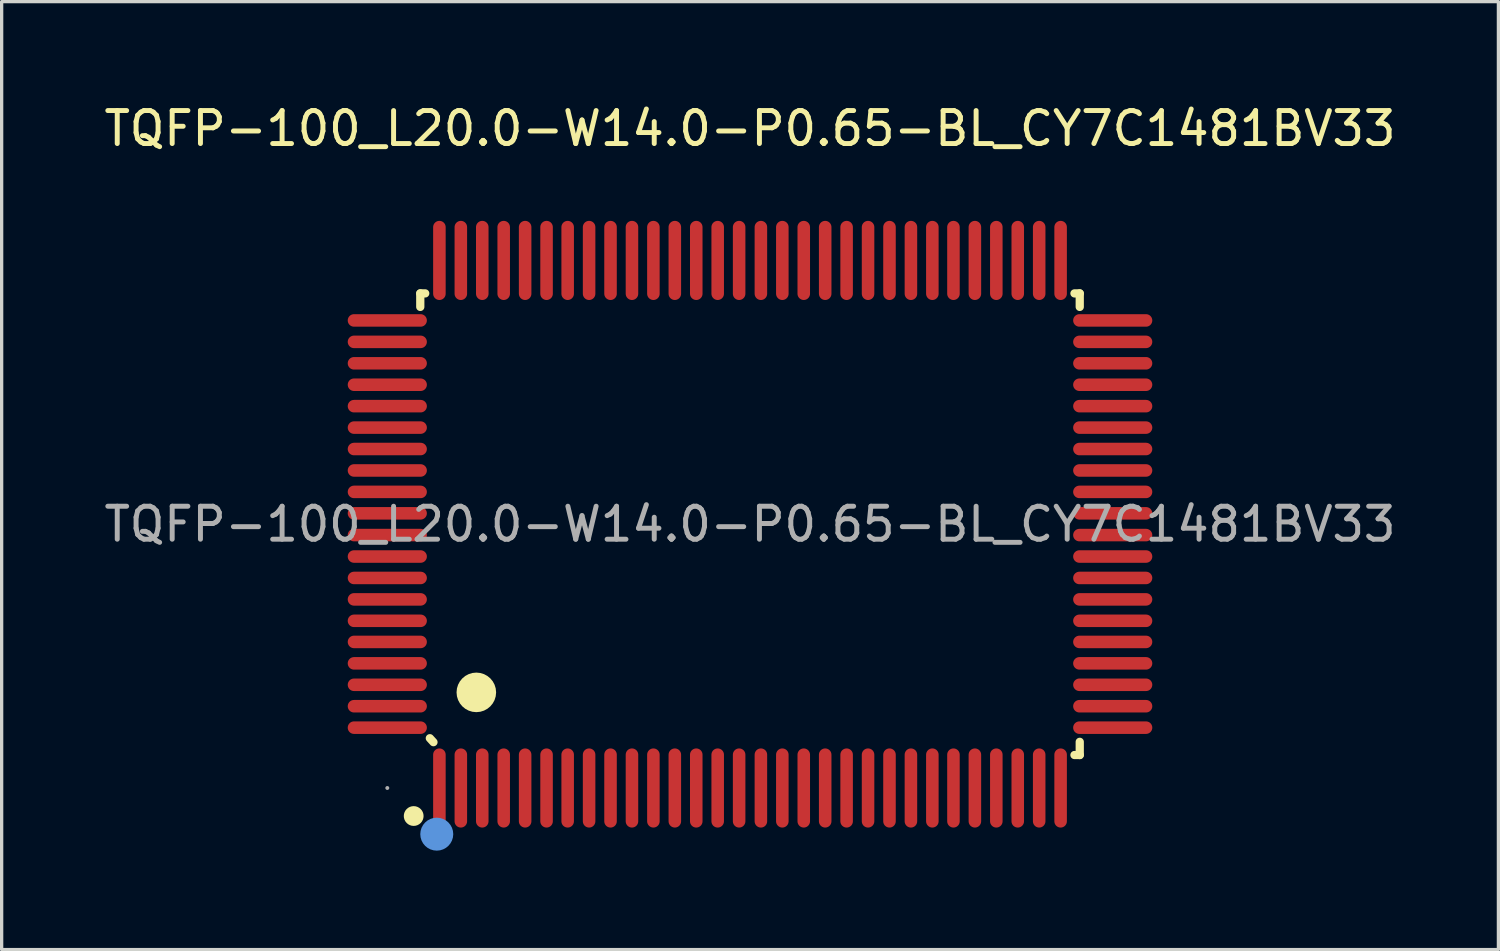
<source format=kicad_pcb>
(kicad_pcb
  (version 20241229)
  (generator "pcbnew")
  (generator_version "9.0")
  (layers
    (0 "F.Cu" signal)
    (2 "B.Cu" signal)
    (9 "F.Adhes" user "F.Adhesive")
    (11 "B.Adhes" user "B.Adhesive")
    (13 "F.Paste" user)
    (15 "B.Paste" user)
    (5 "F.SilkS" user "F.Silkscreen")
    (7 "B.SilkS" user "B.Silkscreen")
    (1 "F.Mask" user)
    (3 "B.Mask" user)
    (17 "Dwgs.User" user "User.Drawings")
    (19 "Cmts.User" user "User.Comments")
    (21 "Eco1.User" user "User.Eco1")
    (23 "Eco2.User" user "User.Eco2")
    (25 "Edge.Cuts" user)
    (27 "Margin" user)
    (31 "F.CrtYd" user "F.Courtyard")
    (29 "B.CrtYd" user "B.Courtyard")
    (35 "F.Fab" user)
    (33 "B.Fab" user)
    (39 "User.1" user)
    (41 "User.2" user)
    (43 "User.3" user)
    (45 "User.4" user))
  (footprint "TQFP-100_L20.0-W14.0-P0.65-BL_CY7C1481BV33"
    (layer "F.Cu")
    (at 19.696 12.848)
    (property "Reference" "TQFP-100_L20.0-W14.0-P0.65-BL_CY7C1481BV33" (at 0 -12 0) (layer "F.SilkS") (effects (font (size 1 1) (thickness 0.15))))
    (attr through_hole)
    (fp_line (start -10 -7) (end -10 -6.59) (stroke (width 0.25) (type solid)) (layer "F.SilkS"))
    (fp_line (start -10 -7) (end -9.85 -7) (stroke (width 0.25) (type solid)) (layer "F.SilkS"))
    (fp_line (start -9.6 6.61) (end -9.71 6.49) (stroke (width 0.25) (type solid)) (layer "F.SilkS"))
    (fp_line (start 9.84 -7) (end 10 -7) (stroke (width 0.25) (type solid)) (layer "F.SilkS"))
    (fp_line (start 10 -7) (end 10 -6.59) (stroke (width 0.25) (type solid)) (layer "F.SilkS"))
    (fp_line (start 10 6.6) (end 10 7) (stroke (width 0.25) (type solid)) (layer "F.SilkS"))
    (fp_line (start 10 7) (end 9.84 7) (stroke (width 0.25) (type solid)) (layer "F.SilkS"))
    (fp_arc (start -10.2 8.85) (mid -10.2 8.85) (end -10.2 8.85) (stroke (width 0.3) (type solid)) (layer "F.SilkS"))
    (fp_arc (start -8.3 5.1) (mid -8.3 5.1) (end -8.3 5.1) (stroke (width 0.6) (type solid)) (layer "F.SilkS"))
    (fp_circle (center -9.5 9.4) (end -9.25 9.4) (stroke (width 0.5) (type solid)) (fill no) (layer "Cmts.User"))
    (fp_circle (center -11 8) (end -10.97 8) (stroke (width 0.06) (type solid)) (fill no) (layer "F.Fab"))
    (fp_text user "${REFERENCE}" (at 0 0 0) (layer "F.Fab") (effects (font (size 1 1) (thickness 0.15))))
    (pad "1" smd oval (at -9.42 8 180) (size 0.38 2.4) (layers "F.Cu" "F.Mask" "F.Paste"))
    (pad "2" smd oval (at -8.77 8 180) (size 0.38 2.4) (layers "F.Cu" "F.Mask" "F.Paste"))
    (pad "3" smd oval (at -8.12 8 180) (size 0.38 2.4) (layers "F.Cu" "F.Mask" "F.Paste"))
    (pad "4" smd oval (at -7.47 8 180) (size 0.38 2.4) (layers "F.Cu" "F.Mask" "F.Paste"))
    (pad "5" smd oval (at -6.82 8 180) (size 0.38 2.4) (layers "F.Cu" "F.Mask" "F.Paste"))
    (pad "6" smd oval (at -6.17 8 180) (size 0.38 2.4) (layers "F.Cu" "F.Mask" "F.Paste"))
    (pad "7" smd oval (at -5.53 8 180) (size 0.38 2.4) (layers "F.Cu" "F.Mask" "F.Paste"))
    (pad "8" smd oval (at -4.88 8 180) (size 0.38 2.4) (layers "F.Cu" "F.Mask" "F.Paste"))
    (pad "9" smd oval (at -4.23 8 180) (size 0.38 2.4) (layers "F.Cu" "F.Mask" "F.Paste"))
    (pad "10" smd oval (at -3.58 8 180) (size 0.38 2.4) (layers "F.Cu" "F.Mask" "F.Paste"))
    (pad "11" smd oval (at -2.93 8 180) (size 0.38 2.4) (layers "F.Cu" "F.Mask" "F.Paste"))
    (pad "12" smd oval (at -2.28 8 180) (size 0.38 2.4) (layers "F.Cu" "F.Mask" "F.Paste"))
    (pad "13" smd oval (at -1.63 8 180) (size 0.38 2.4) (layers "F.Cu" "F.Mask" "F.Paste"))
    (pad "14" smd oval (at -0.98 8 180) (size 0.38 2.4) (layers "F.Cu" "F.Mask" "F.Paste"))
    (pad "15" smd oval (at -0.33 8 180) (size 0.38 2.4) (layers "F.Cu" "F.Mask" "F.Paste"))
    (pad "16" smd oval (at 0.33 8 180) (size 0.38 2.4) (layers "F.Cu" "F.Mask" "F.Paste"))
    (pad "17" smd oval (at 0.98 8 180) (size 0.38 2.4) (layers "F.Cu" "F.Mask" "F.Paste"))
    (pad "18" smd oval (at 1.63 8 180) (size 0.38 2.4) (layers "F.Cu" "F.Mask" "F.Paste"))
    (pad "19" smd oval (at 2.28 8 180) (size 0.38 2.4) (layers "F.Cu" "F.Mask" "F.Paste"))
    (pad "20" smd oval (at 2.93 8 180) (size 0.38 2.4) (layers "F.Cu" "F.Mask" "F.Paste"))
    (pad "21" smd oval (at 3.58 8 180) (size 0.38 2.4) (layers "F.Cu" "F.Mask" "F.Paste"))
    (pad "22" smd oval (at 4.23 8 180) (size 0.38 2.4) (layers "F.Cu" "F.Mask" "F.Paste"))
    (pad "23" smd oval (at 4.88 8 180) (size 0.38 2.4) (layers "F.Cu" "F.Mask" "F.Paste"))
    (pad "24" smd oval (at 5.53 8 180) (size 0.38 2.4) (layers "F.Cu" "F.Mask" "F.Paste"))
    (pad "25" smd oval (at 6.17 8 180) (size 0.38 2.4) (layers "F.Cu" "F.Mask" "F.Paste"))
    (pad "26" smd oval (at 6.82 8 180) (size 0.38 2.4) (layers "F.Cu" "F.Mask" "F.Paste"))
    (pad "27" smd oval (at 7.47 8 180) (size 0.38 2.4) (layers "F.Cu" "F.Mask" "F.Paste"))
    (pad "28" smd oval (at 8.12 8 180) (size 0.38 2.4) (layers "F.Cu" "F.Mask" "F.Paste"))
    (pad "29" smd oval (at 8.77 8 180) (size 0.38 2.4) (layers "F.Cu" "F.Mask" "F.Paste"))
    (pad "30" smd oval (at 9.42 8 180) (size 0.38 2.4) (layers "F.Cu" "F.Mask" "F.Paste"))
    (pad "31" smd oval (at 11 6.17 90) (size 0.38 2.4) (layers "F.Cu" "F.Mask" "F.Paste"))
    (pad "32" smd oval (at 11 5.52 90) (size 0.38 2.4) (layers "F.Cu" "F.Mask" "F.Paste"))
    (pad "33" smd oval (at 11 4.87 90) (size 0.38 2.4) (layers "F.Cu" "F.Mask" "F.Paste"))
    (pad "34" smd oval (at 11 4.22 90) (size 0.38 2.4) (layers "F.Cu" "F.Mask" "F.Paste"))
    (pad "35" smd oval (at 11 3.57 90) (size 0.38 2.4) (layers "F.Cu" "F.Mask" "F.Paste"))
    (pad "36" smd oval (at 11 2.93 90) (size 0.38 2.4) (layers "F.Cu" "F.Mask" "F.Paste"))
    (pad "37" smd oval (at 11 2.28 90) (size 0.38 2.4) (layers "F.Cu" "F.Mask" "F.Paste"))
    (pad "38" smd oval (at 11 1.63 90) (size 0.38 2.4) (layers "F.Cu" "F.Mask" "F.Paste"))
    (pad "39" smd oval (at 11 0.98 90) (size 0.38 2.4) (layers "F.Cu" "F.Mask" "F.Paste"))
    (pad "40" smd oval (at 11 0.33 90) (size 0.38 2.4) (layers "F.Cu" "F.Mask" "F.Paste"))
    (pad "41" smd oval (at 11 -0.33 90) (size 0.38 2.4) (layers "F.Cu" "F.Mask" "F.Paste"))
    (pad "42" smd oval (at 11 -0.98 90) (size 0.38 2.4) (layers "F.Cu" "F.Mask" "F.Paste"))
    (pad "43" smd oval (at 11 -1.63 90) (size 0.38 2.4) (layers "F.Cu" "F.Mask" "F.Paste"))
    (pad "44" smd oval (at 11 -2.28 90) (size 0.38 2.4) (layers "F.Cu" "F.Mask" "F.Paste"))
    (pad "45" smd oval (at 11 -2.93 90) (size 0.38 2.4) (layers "F.Cu" "F.Mask" "F.Paste"))
    (pad "46" smd oval (at 11 -3.58 90) (size 0.38 2.4) (layers "F.Cu" "F.Mask" "F.Paste"))
    (pad "47" smd oval (at 11 -4.23 90) (size 0.38 2.4) (layers "F.Cu" "F.Mask" "F.Paste"))
    (pad "48" smd oval (at 11 -4.88 90) (size 0.38 2.4) (layers "F.Cu" "F.Mask" "F.Paste"))
    (pad "49" smd oval (at 11 -5.53 90) (size 0.38 2.4) (layers "F.Cu" "F.Mask" "F.Paste"))
    (pad "50" smd oval (at 11 -6.18 90) (size 0.38 2.4) (layers "F.Cu" "F.Mask" "F.Paste"))
    (pad "51" smd oval (at 9.42 -8 180) (size 0.38 2.4) (layers "F.Cu" "F.Mask" "F.Paste"))
    (pad "52" smd oval (at 8.77 -8 180) (size 0.38 2.4) (layers "F.Cu" "F.Mask" "F.Paste"))
    (pad "53" smd oval (at 8.12 -8 180) (size 0.38 2.4) (layers "F.Cu" "F.Mask" "F.Paste"))
    (pad "54" smd oval (at 7.47 -8 180) (size 0.38 2.4) (layers "F.Cu" "F.Mask" "F.Paste"))
    (pad "55" smd oval (at 6.82 -8 180) (size 0.38 2.4) (layers "F.Cu" "F.Mask" "F.Paste"))
    (pad "56" smd oval (at 6.17 -8 180) (size 0.38 2.4) (layers "F.Cu" "F.Mask" "F.Paste"))
    (pad "57" smd oval (at 5.53 -8 180) (size 0.38 2.4) (layers "F.Cu" "F.Mask" "F.Paste"))
    (pad "58" smd oval (at 4.88 -8 180) (size 0.38 2.4) (layers "F.Cu" "F.Mask" "F.Paste"))
    (pad "59" smd oval (at 4.23 -8 180) (size 0.38 2.4) (layers "F.Cu" "F.Mask" "F.Paste"))
    (pad "60" smd oval (at 3.58 -8 180) (size 0.38 2.4) (layers "F.Cu" "F.Mask" "F.Paste"))
    (pad "61" smd oval (at 2.93 -8 180) (size 0.38 2.4) (layers "F.Cu" "F.Mask" "F.Paste"))
    (pad "62" smd oval (at 2.28 -8 180) (size 0.38 2.4) (layers "F.Cu" "F.Mask" "F.Paste"))
    (pad "63" smd oval (at 1.63 -8 180) (size 0.38 2.4) (layers "F.Cu" "F.Mask" "F.Paste"))
    (pad "64" smd oval (at 0.98 -8 180) (size 0.38 2.4) (layers "F.Cu" "F.Mask" "F.Paste"))
    (pad "65" smd oval (at 0.33 -8 180) (size 0.38 2.4) (layers "F.Cu" "F.Mask" "F.Paste"))
    (pad "66" smd oval (at -0.33 -8 180) (size 0.38 2.4) (layers "F.Cu" "F.Mask" "F.Paste"))
    (pad "67" smd oval (at -0.98 -8 180) (size 0.38 2.4) (layers "F.Cu" "F.Mask" "F.Paste"))
    (pad "68" smd oval (at -1.63 -8 180) (size 0.38 2.4) (layers "F.Cu" "F.Mask" "F.Paste"))
    (pad "69" smd oval (at -2.28 -8 180) (size 0.38 2.4) (layers "F.Cu" "F.Mask" "F.Paste"))
    (pad "70" smd oval (at -2.93 -8 180) (size 0.38 2.4) (layers "F.Cu" "F.Mask" "F.Paste"))
    (pad "71" smd oval (at -3.58 -8 180) (size 0.38 2.4) (layers "F.Cu" "F.Mask" "F.Paste"))
    (pad "72" smd oval (at -4.23 -8 180) (size 0.38 2.4) (layers "F.Cu" "F.Mask" "F.Paste"))
    (pad "73" smd oval (at -4.88 -8 180) (size 0.38 2.4) (layers "F.Cu" "F.Mask" "F.Paste"))
    (pad "74" smd oval (at -5.53 -8 180) (size 0.38 2.4) (layers "F.Cu" "F.Mask" "F.Paste"))
    (pad "75" smd oval (at -6.17 -8 180) (size 0.38 2.4) (layers "F.Cu" "F.Mask" "F.Paste"))
    (pad "76" smd oval (at -6.82 -8 180) (size 0.38 2.4) (layers "F.Cu" "F.Mask" "F.Paste"))
    (pad "77" smd oval (at -7.47 -8 180) (size 0.38 2.4) (layers "F.Cu" "F.Mask" "F.Paste"))
    (pad "78" smd oval (at -8.12 -8 180) (size 0.38 2.4) (layers "F.Cu" "F.Mask" "F.Paste"))
    (pad "79" smd oval (at -8.77 -8 180) (size 0.38 2.4) (layers "F.Cu" "F.Mask" "F.Paste"))
    (pad "80" smd oval (at -9.42 -8 180) (size 0.38 2.4) (layers "F.Cu" "F.Mask" "F.Paste"))
    (pad "81" smd oval (at -11 -6.18 90) (size 0.38 2.4) (layers "F.Cu" "F.Mask" "F.Paste"))
    (pad "82" smd oval (at -11 -5.53 90) (size 0.38 2.4) (layers "F.Cu" "F.Mask" "F.Paste"))
    (pad "83" smd oval (at -11 -4.88 90) (size 0.38 2.4) (layers "F.Cu" "F.Mask" "F.Paste"))
    (pad "84" smd oval (at -11 -4.23 90) (size 0.38 2.4) (layers "F.Cu" "F.Mask" "F.Paste"))
    (pad "85" smd oval (at -11 -3.58 90) (size 0.38 2.4) (layers "F.Cu" "F.Mask" "F.Paste"))
    (pad "86" smd oval (at -11 -2.93 90) (size 0.38 2.4) (layers "F.Cu" "F.Mask" "F.Paste"))
    (pad "87" smd oval (at -11 -2.28 90) (size 0.38 2.4) (layers "F.Cu" "F.Mask" "F.Paste"))
    (pad "88" smd oval (at -11 -1.63 90) (size 0.38 2.4) (layers "F.Cu" "F.Mask" "F.Paste"))
    (pad "89" smd oval (at -11 -0.98 90) (size 0.38 2.4) (layers "F.Cu" "F.Mask" "F.Paste"))
    (pad "90" smd oval (at -11 -0.33 90) (size 0.38 2.4) (layers "F.Cu" "F.Mask" "F.Paste"))
    (pad "91" smd oval (at -11 0.33 90) (size 0.38 2.4) (layers "F.Cu" "F.Mask" "F.Paste"))
    (pad "92" smd oval (at -11 0.98 90) (size 0.38 2.4) (layers "F.Cu" "F.Mask" "F.Paste"))
    (pad "93" smd oval (at -11 1.63 90) (size 0.38 2.4) (layers "F.Cu" "F.Mask" "F.Paste"))
    (pad "94" smd oval (at -11 2.28 90) (size 0.38 2.4) (layers "F.Cu" "F.Mask" "F.Paste"))
    (pad "95" smd oval (at -11 2.93 90) (size 0.38 2.4) (layers "F.Cu" "F.Mask" "F.Paste"))
    (pad "96" smd oval (at -11 3.57 90) (size 0.38 2.4) (layers "F.Cu" "F.Mask" "F.Paste"))
    (pad "97" smd oval (at -11 4.22 90) (size 0.38 2.4) (layers "F.Cu" "F.Mask" "F.Paste"))
    (pad "98" smd oval (at -11 4.87 90) (size 0.38 2.4) (layers "F.Cu" "F.Mask" "F.Paste"))
    (pad "99" smd oval (at -11 5.52 90) (size 0.38 2.4) (layers "F.Cu" "F.Mask" "F.Paste"))
    (pad "100" smd oval (at -11 6.17 90) (size 0.38 2.4) (layers "F.Cu" "F.Mask" "F.Paste")))
  (gr_rect
    (start -3 -3)
    (end 42.393 25.748)
    (stroke (width 0.1) (type default))
    (fill no)
    (layer "Edge.Cuts")))
</source>
